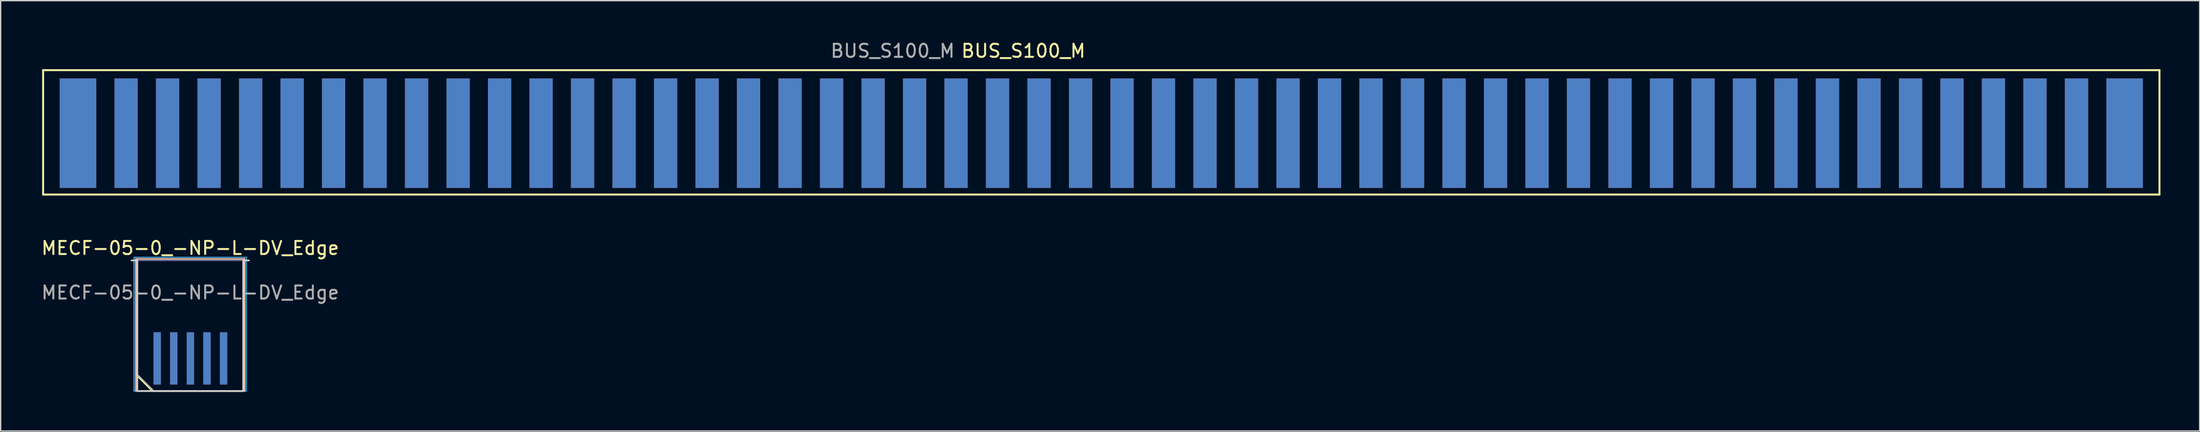
<source format=kicad_pcb>
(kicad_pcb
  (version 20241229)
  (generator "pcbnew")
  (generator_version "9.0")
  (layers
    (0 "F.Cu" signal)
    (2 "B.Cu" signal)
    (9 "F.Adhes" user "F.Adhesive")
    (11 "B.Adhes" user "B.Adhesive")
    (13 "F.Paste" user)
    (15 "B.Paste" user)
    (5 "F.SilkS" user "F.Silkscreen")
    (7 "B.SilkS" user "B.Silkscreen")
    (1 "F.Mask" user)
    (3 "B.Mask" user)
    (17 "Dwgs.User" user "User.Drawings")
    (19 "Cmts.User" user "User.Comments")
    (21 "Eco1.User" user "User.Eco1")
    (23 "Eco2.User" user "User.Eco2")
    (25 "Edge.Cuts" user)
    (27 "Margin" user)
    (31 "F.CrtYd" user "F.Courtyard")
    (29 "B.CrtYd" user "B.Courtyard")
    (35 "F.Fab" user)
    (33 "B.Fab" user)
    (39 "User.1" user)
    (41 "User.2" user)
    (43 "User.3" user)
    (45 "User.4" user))
  (footprint "MECF-05-0_-NP-L-DV_Edge"
    (layer "F.Cu")
    (at 11.506 21.896)
    (property "Reference" "MECF-05-0_-NP-L-DV_Edge" (at 0 -5.95 0) (layer "F.SilkS") (effects (font (size 1 1) (thickness 0.15))))
    (attr exclude_from_pos_files exclude_from_bom)
    (fp_line (start -4.16 -5.11) (end 4.16 -5.11) (stroke (width 0.12) (type solid)) (layer "F.SilkS"))
    (fp_line (start -4.16 3.73) (end -4.16 -5.11) (stroke (width 0.12) (type solid)) (layer "F.SilkS"))
    (fp_line (start -2.89 5) (end -4.16 3.73) (stroke (width 0.12) (type solid)) (layer "F.SilkS"))
    (fp_line (start -2.89 5) (end 4.16 5) (stroke (width 0.12) (type solid)) (layer "F.SilkS"))
    (fp_line (start 4.16 5) (end 4.16 -5.11) (stroke (width 0.12) (type solid)) (layer "F.SilkS"))
    (fp_line (start -4.16 -5.11) (end 4.16 -5.11) (stroke (width 0.12) (type solid)) (layer "B.SilkS"))
    (fp_line (start -4.16 5) (end -4.16 -5.11) (stroke (width 0.12) (type solid)) (layer "B.SilkS"))
    (fp_line (start -4.16 5) (end 4.16 5) (stroke (width 0.12) (type solid)) (layer "B.SilkS"))
    (fp_line (start 4.16 5) (end 4.16 -5.11) (stroke (width 0.12) (type solid)) (layer "B.SilkS"))
    (fp_line (start -4.5 -5) (end -4.05 -5) (stroke (width 0.12) (type solid)) (layer "Edge.Cuts"))
    (fp_line (start -4.05 5) (end -4.05 -5) (stroke (width 0.12) (type solid)) (layer "Edge.Cuts"))
    (fp_line (start -4.05 5) (end 4.05 5) (stroke (width 0.12) (type solid)) (layer "Edge.Cuts"))
    (fp_line (start 4.05 5) (end 4.05 -5) (stroke (width 0.12) (type solid)) (layer "Edge.Cuts"))
    (fp_line (start 4.5 -5) (end 4.05 -5) (stroke (width 0.12) (type solid)) (layer "Edge.Cuts"))
    (fp_line (start -4.3 -5.25) (end -4.3 5) (stroke (width 0.05) (type solid)) (layer "B.CrtYd"))
    (fp_line (start -4.3 5) (end 4.3 5) (stroke (width 0.05) (type solid)) (layer "B.CrtYd"))
    (fp_line (start 4.3 -5.25) (end -4.3 -5.25) (stroke (width 0.05) (type solid)) (layer "B.CrtYd"))
    (fp_line (start 4.3 5) (end 4.3 -5.25) (stroke (width 0.05) (type solid)) (layer "B.CrtYd"))
    (fp_line (start -4.3 -5.25) (end -4.3 5) (stroke (width 0.05) (type solid)) (layer "F.CrtYd"))
    (fp_line (start -4.3 5) (end 4.3 5) (stroke (width 0.05) (type solid)) (layer "F.CrtYd"))
    (fp_line (start 4.3 -5.25) (end -4.3 -5.25) (stroke (width 0.05) (type solid)) (layer "F.CrtYd"))
    (fp_line (start 4.3 5) (end 4.3 -5.25) (stroke (width 0.05) (type solid)) (layer "F.CrtYd"))
    (fp_line (start -4.05 -5) (end 4.05 -5) (stroke (width 0.1) (type solid)) (layer "B.Fab"))
    (fp_line (start -4.05 5) (end -4.05 -5) (stroke (width 0.1) (type solid)) (layer "B.Fab"))
    (fp_line (start -4.05 5) (end 4.05 5) (stroke (width 0.1) (type solid)) (layer "B.Fab"))
    (fp_line (start 4.05 5) (end 4.05 -5) (stroke (width 0.1) (type solid)) (layer "B.Fab"))
    (fp_line (start -4.05 -5) (end 4.05 -5) (stroke (width 0.1) (type solid)) (layer "F.Fab"))
    (fp_line (start -4.05 3.73) (end -4.05 -5) (stroke (width 0.1) (type solid)) (layer "F.Fab"))
    (fp_line (start -4.05 3.73) (end -2.78 5) (stroke (width 0.1) (type solid)) (layer "F.Fab"))
    (fp_line (start -2.78 5) (end 4.05 5) (stroke (width 0.1) (type solid)) (layer "F.Fab"))
    (fp_line (start 4.05 5) (end 4.05 -5) (stroke (width 0.1) (type solid)) (layer "F.Fab"))
    (fp_text user "${REFERENCE}" (at 0 -2.54 0) (layer "F.Fab") (effects (font (size 1 1) (thickness 0.15))))
    (pad "1" smd rect (at -2.53 2.5) (size 0.56 4) (layers "F.Cu" "F.Mask" "F.Paste"))
    (pad "2" smd rect (at -2.53 2.5) (size 0.56 4) (layers "B.Cu" "B.Mask" "B.Paste"))
    (pad "3" smd rect (at -1.26 2.5) (size 0.56 4) (layers "F.Cu" "F.Mask" "F.Paste"))
    (pad "4" smd rect (at -1.26 2.5) (size 0.56 4) (layers "B.Cu" "B.Mask" "B.Paste"))
    (pad "5" smd rect (at 0.01 2.5) (size 0.56 4) (layers "F.Cu" "F.Mask" "F.Paste"))
    (pad "6" smd rect (at 0.01 2.5) (size 0.56 4) (layers "B.Cu" "B.Mask" "B.Paste"))
    (pad "7" smd rect (at 1.28 2.5) (size 0.56 4) (layers "F.Cu" "F.Mask" "F.Paste"))
    (pad "8" smd rect (at 1.28 2.5) (size 0.56 4) (layers "B.Cu" "B.Mask" "B.Paste"))
    (pad "9" smd rect (at 2.55 2.5) (size 0.56 4) (layers "F.Cu" "F.Mask" "F.Paste"))
    (pad "10" smd rect (at 2.55 2.5) (size 0.56 4) (layers "B.Cu" "B.Mask" "B.Paste")))
  (footprint "BUS_S100_M"
    (layer "F.Cu")
    (at 0.25 11.848)
    (property "Reference" "BUS_S100_M" (at 75 -11 0) (layer "F.SilkS") (effects (font (size 1 1) (thickness 0.15))))
    (attr exclude_from_pos_files exclude_from_bom)
    (fp_line (start 0 -9.525) (end 161.925 -9.525) (stroke (width 0.15) (type solid)) (layer "F.SilkS"))
    (fp_line (start 0 0) (end 0 -9.525) (stroke (width 0.15) (type solid)) (layer "F.SilkS"))
    (fp_line (start 161.925 -9.525) (end 161.925 0) (stroke (width 0.15) (type solid)) (layer "F.SilkS"))
    (fp_line (start 161.925 0) (end 0 0) (stroke (width 0.15) (type solid)) (layer "F.SilkS"))
    (fp_text user "${REFERENCE}" (at 65 -11 0) (layer "F.Fab") (effects (font (size 1 1) (thickness 0.15))))
    (pad "1" connect rect (at 2.667 -4.699) (size 2.794 8.382) (layers "F.Cu" "F.Mask"))
    (pad "2" connect rect (at 6.35 -4.699) (size 1.778 8.382) (layers "F.Cu" "F.Mask"))
    (pad "3" connect rect (at 9.525 -4.699) (size 1.778 8.382) (layers "F.Cu" "F.Mask"))
    (pad "4" connect rect (at 12.7 -4.699) (size 1.778 8.382) (layers "F.Cu" "F.Mask"))
    (pad "5" connect rect (at 15.875 -4.699) (size 1.778 8.382) (layers "F.Cu" "F.Mask"))
    (pad "6" connect rect (at 19.05 -4.699) (size 1.778 8.382) (layers "F.Cu" "F.Mask"))
    (pad "7" connect rect (at 22.225 -4.699) (size 1.778 8.382) (layers "F.Cu" "F.Mask"))
    (pad "8" connect rect (at 25.4 -4.699) (size 1.778 8.382) (layers "F.Cu" "F.Mask"))
    (pad "9" connect rect (at 28.575 -4.699) (size 1.778 8.382) (layers "F.Cu" "F.Mask"))
    (pad "10" connect rect (at 31.75 -4.699) (size 1.778 8.382) (layers "F.Cu" "F.Mask"))
    (pad "11" connect rect (at 34.925 -4.699) (size 1.778 8.382) (layers "F.Cu" "F.Mask"))
    (pad "12" connect rect (at 38.1 -4.699) (size 1.778 8.382) (layers "F.Cu" "F.Mask"))
    (pad "13" connect rect (at 41.275 -4.699) (size 1.778 8.382) (layers "F.Cu" "F.Mask"))
    (pad "14" connect rect (at 44.45 -4.699) (size 1.778 8.382) (layers "F.Cu" "F.Mask"))
    (pad "15" connect rect (at 47.625 -4.699) (size 1.778 8.382) (layers "F.Cu" "F.Mask"))
    (pad "16" connect rect (at 50.8 -4.699) (size 1.778 8.382) (layers "F.Cu" "F.Mask"))
    (pad "17" connect rect (at 53.975 -4.699) (size 1.778 8.382) (layers "F.Cu" "F.Mask"))
    (pad "18" connect rect (at 57.15 -4.699) (size 1.778 8.382) (layers "F.Cu" "F.Mask"))
    (pad "19" connect rect (at 60.325 -4.699) (size 1.778 8.382) (layers "F.Cu" "F.Mask"))
    (pad "20" connect rect (at 63.5 -4.699) (size 1.778 8.382) (layers "F.Cu" "F.Mask"))
    (pad "21" connect rect (at 66.675 -4.699) (size 1.778 8.382) (layers "F.Cu" "F.Mask"))
    (pad "22" connect rect (at 69.85 -4.699) (size 1.778 8.382) (layers "F.Cu" "F.Mask"))
    (pad "23" connect rect (at 73.025 -4.699) (size 1.778 8.382) (layers "F.Cu" "F.Mask"))
    (pad "24" connect rect (at 76.2 -4.699) (size 1.778 8.382) (layers "F.Cu" "F.Mask"))
    (pad "25" connect rect (at 79.375 -4.699) (size 1.778 8.382) (layers "F.Cu" "F.Mask"))
    (pad "26" connect rect (at 82.55 -4.699) (size 1.778 8.382) (layers "F.Cu" "F.Mask"))
    (pad "27" connect rect (at 85.725 -4.699) (size 1.778 8.382) (layers "F.Cu" "F.Mask"))
    (pad "28" connect rect (at 88.9 -4.699) (size 1.778 8.382) (layers "F.Cu" "F.Mask"))
    (pad "29" connect rect (at 92.075 -4.699) (size 1.778 8.382) (layers "F.Cu" "F.Mask"))
    (pad "30" connect rect (at 95.25 -4.699) (size 1.778 8.382) (layers "F.Cu" "F.Mask"))
    (pad "31" connect rect (at 98.425 -4.699) (size 1.778 8.382) (layers "F.Cu" "F.Mask"))
    (pad "32" connect rect (at 101.6 -4.699) (size 1.778 8.382) (layers "F.Cu" "F.Mask"))
    (pad "33" connect rect (at 104.775 -4.699) (size 1.778 8.382) (layers "F.Cu" "F.Mask"))
    (pad "34" connect rect (at 107.95 -4.699) (size 1.778 8.382) (layers "F.Cu" "F.Mask"))
    (pad "35" connect rect (at 111.125 -4.699) (size 1.778 8.382) (layers "F.Cu" "F.Mask"))
    (pad "36" connect rect (at 114.3 -4.699) (size 1.778 8.382) (layers "F.Cu" "F.Mask"))
    (pad "37" connect rect (at 117.475 -4.699) (size 1.778 8.382) (layers "F.Cu" "F.Mask"))
    (pad "38" connect rect (at 120.65 -4.699) (size 1.778 8.382) (layers "F.Cu" "F.Mask"))
    (pad "39" connect rect (at 123.825 -4.699) (size 1.778 8.382) (layers "F.Cu" "F.Mask"))
    (pad "40" connect rect (at 127 -4.699) (size 1.778 8.382) (layers "F.Cu" "F.Mask"))
    (pad "41" connect rect (at 130.175 -4.699) (size 1.778 8.382) (layers "F.Cu" "F.Mask"))
    (pad "42" connect rect (at 133.35 -4.699) (size 1.778 8.382) (layers "F.Cu" "F.Mask"))
    (pad "43" connect rect (at 136.525 -4.699) (size 1.778 8.382) (layers "F.Cu" "F.Mask"))
    (pad "44" connect rect (at 139.7 -4.699) (size 1.778 8.382) (layers "F.Cu" "F.Mask"))
    (pad "45" connect rect (at 142.875 -4.699) (size 1.778 8.382) (layers "F.Cu" "F.Mask"))
    (pad "46" connect rect (at 146.05 -4.699) (size 1.778 8.382) (layers "F.Cu" "F.Mask"))
    (pad "47" connect rect (at 149.225 -4.699) (size 1.778 8.382) (layers "F.Cu" "F.Mask"))
    (pad "48" connect rect (at 152.4 -4.699) (size 1.778 8.382) (layers "F.Cu" "F.Mask"))
    (pad "49" connect rect (at 155.575 -4.699) (size 1.778 8.382) (layers "F.Cu" "F.Mask"))
    (pad "50" connect rect (at 159.258 -4.699) (size 2.794 8.382) (layers "F.Cu" "F.Mask"))
    (pad "51" connect rect (at 2.667 -4.699) (size 2.794 8.382) (layers "B.Cu" "B.Mask"))
    (pad "52" connect rect (at 6.35 -4.699) (size 1.778 8.382) (layers "B.Cu" "B.Mask"))
    (pad "53" connect rect (at 9.525 -4.699) (size 1.778 8.382) (layers "B.Cu" "B.Mask"))
    (pad "54" connect rect (at 12.7 -4.699) (size 1.778 8.382) (layers "B.Cu" "B.Mask"))
    (pad "55" connect rect (at 15.875 -4.699) (size 1.778 8.382) (layers "B.Cu" "B.Mask"))
    (pad "56" connect rect (at 19.05 -4.699) (size 1.778 8.382) (layers "B.Cu" "B.Mask"))
    (pad "57" connect rect (at 22.225 -4.699) (size 1.778 8.382) (layers "B.Cu" "B.Mask"))
    (pad "58" connect rect (at 25.4 -4.699) (size 1.778 8.382) (layers "B.Cu" "B.Mask"))
    (pad "59" connect rect (at 28.575 -4.699) (size 1.778 8.382) (layers "B.Cu" "B.Mask"))
    (pad "60" connect rect (at 31.75 -4.699) (size 1.778 8.382) (layers "B.Cu" "B.Mask"))
    (pad "61" connect rect (at 34.925 -4.699) (size 1.778 8.382) (layers "B.Cu" "B.Mask"))
    (pad "62" connect rect (at 38.1 -4.699) (size 1.778 8.382) (layers "B.Cu" "B.Mask"))
    (pad "63" connect rect (at 41.275 -4.699) (size 1.778 8.382) (layers "B.Cu" "B.Mask"))
    (pad "64" connect rect (at 44.45 -4.699) (size 1.778 8.382) (layers "B.Cu" "B.Mask"))
    (pad "65" connect rect (at 47.625 -4.699) (size 1.778 8.382) (layers "B.Cu" "B.Mask"))
    (pad "66" connect rect (at 50.8 -4.699) (size 1.778 8.382) (layers "B.Cu" "B.Mask"))
    (pad "67" connect rect (at 53.975 -4.699) (size 1.778 8.382) (layers "B.Cu" "B.Mask"))
    (pad "68" connect rect (at 57.15 -4.699) (size 1.778 8.382) (layers "B.Cu" "B.Mask"))
    (pad "69" connect rect (at 60.325 -4.699) (size 1.778 8.382) (layers "B.Cu" "B.Mask"))
    (pad "70" connect rect (at 63.5 -4.699) (size 1.778 8.382) (layers "B.Cu" "B.Mask"))
    (pad "71" connect rect (at 66.675 -4.699) (size 1.778 8.382) (layers "B.Cu" "B.Mask"))
    (pad "72" connect rect (at 69.85 -4.699) (size 1.778 8.382) (layers "B.Cu" "B.Mask"))
    (pad "73" connect rect (at 73.025 -4.699) (size 1.778 8.382) (layers "B.Cu" "B.Mask"))
    (pad "74" connect rect (at 76.2 -4.699) (size 1.778 8.382) (layers "B.Cu" "B.Mask"))
    (pad "75" connect rect (at 79.375 -4.699) (size 1.778 8.382) (layers "B.Cu" "B.Mask"))
    (pad "76" connect rect (at 82.55 -4.699) (size 1.778 8.382) (layers "B.Cu" "B.Mask"))
    (pad "77" connect rect (at 85.725 -4.699) (size 1.778 8.382) (layers "B.Cu" "B.Mask"))
    (pad "78" connect rect (at 88.9 -4.699) (size 1.778 8.382) (layers "B.Cu" "B.Mask"))
    (pad "79" connect rect (at 92.075 -4.699) (size 1.778 8.382) (layers "B.Cu" "B.Mask"))
    (pad "80" connect rect (at 95.25 -4.699) (size 1.778 8.382) (layers "B.Cu" "B.Mask"))
    (pad "81" connect rect (at 98.425 -4.699) (size 1.778 8.382) (layers "B.Cu" "B.Mask"))
    (pad "82" connect rect (at 101.6 -4.699) (size 1.778 8.382) (layers "B.Cu" "B.Mask"))
    (pad "83" connect rect (at 104.775 -4.699) (size 1.778 8.382) (layers "B.Cu" "B.Mask"))
    (pad "84" connect rect (at 107.95 -4.699) (size 1.778 8.382) (layers "B.Cu" "B.Mask"))
    (pad "85" connect rect (at 111.125 -4.699) (size 1.778 8.382) (layers "B.Cu" "B.Mask"))
    (pad "86" connect rect (at 114.3 -4.699) (size 1.778 8.382) (layers "B.Cu" "B.Mask"))
    (pad "87" connect rect (at 117.475 -4.699) (size 1.778 8.382) (layers "B.Cu" "B.Mask"))
    (pad "88" connect rect (at 120.65 -4.699) (size 1.778 8.382) (layers "B.Cu" "B.Mask"))
    (pad "89" connect rect (at 123.825 -4.699) (size 1.778 8.382) (layers "B.Cu" "B.Mask"))
    (pad "90" connect rect (at 127 -4.699) (size 1.778 8.382) (layers "B.Cu" "B.Mask"))
    (pad "91" connect rect (at 130.175 -4.699) (size 1.778 8.382) (layers "B.Cu" "B.Mask"))
    (pad "92" connect rect (at 133.35 -4.699) (size 1.778 8.382) (layers "B.Cu" "B.Mask"))
    (pad "93" connect rect (at 136.525 -4.699) (size 1.778 8.382) (layers "B.Cu" "B.Mask"))
    (pad "94" connect rect (at 139.7 -4.699) (size 1.778 8.382) (layers "B.Cu" "B.Mask"))
    (pad "95" connect rect (at 142.875 -4.699) (size 1.778 8.382) (layers "B.Cu" "B.Mask"))
    (pad "96" connect rect (at 146.05 -4.699) (size 1.778 8.382) (layers "B.Cu" "B.Mask"))
    (pad "97" connect rect (at 149.225 -4.699) (size 1.778 8.382) (layers "B.Cu" "B.Mask"))
    (pad "98" connect rect (at 152.4 -4.699) (size 1.778 8.382) (layers "B.Cu" "B.Mask"))
    (pad "99" connect rect (at 155.575 -4.699) (size 1.778 8.382) (layers "B.Cu" "B.Mask"))
    (pad "100" connect rect (at 159.258 -4.699) (size 2.794 8.382) (layers "B.Cu" "B.Mask")))
  (gr_rect
    (start -3 -3)
    (end 165.25 29.956)
    (stroke (width 0.1) (type default))
    (fill no)
    (layer "Edge.Cuts")))
</source>
